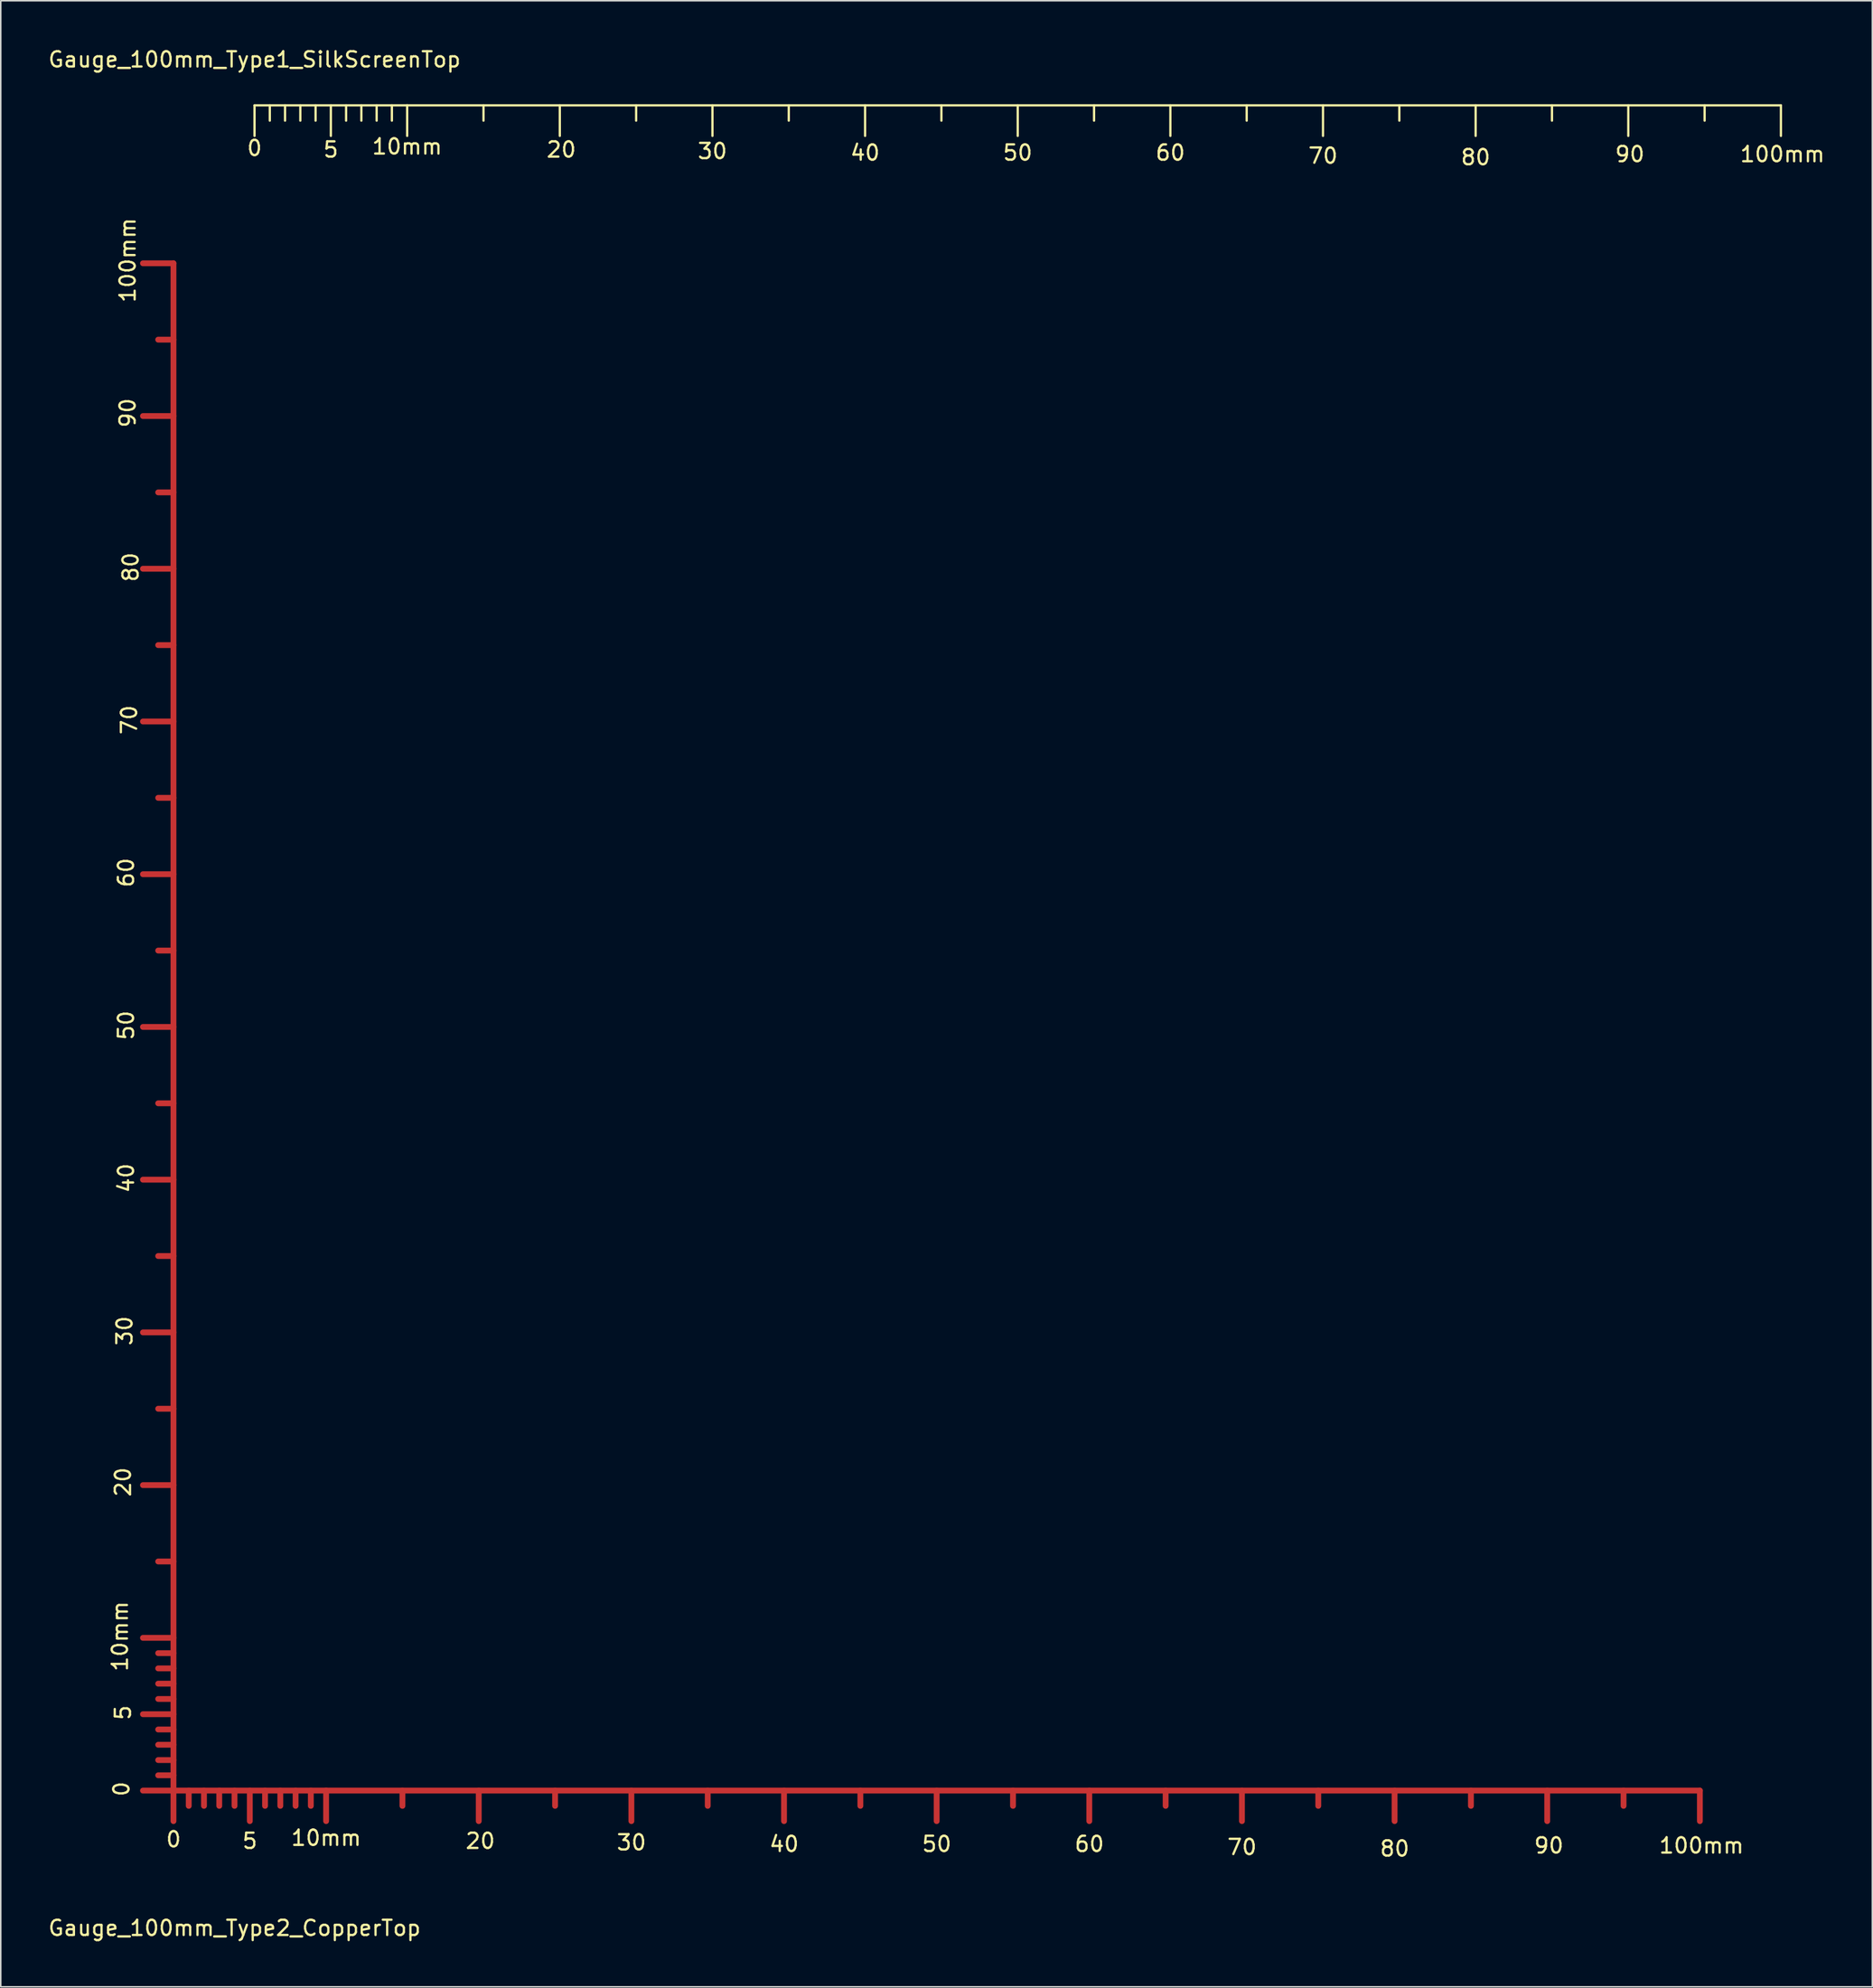
<source format=kicad_pcb>
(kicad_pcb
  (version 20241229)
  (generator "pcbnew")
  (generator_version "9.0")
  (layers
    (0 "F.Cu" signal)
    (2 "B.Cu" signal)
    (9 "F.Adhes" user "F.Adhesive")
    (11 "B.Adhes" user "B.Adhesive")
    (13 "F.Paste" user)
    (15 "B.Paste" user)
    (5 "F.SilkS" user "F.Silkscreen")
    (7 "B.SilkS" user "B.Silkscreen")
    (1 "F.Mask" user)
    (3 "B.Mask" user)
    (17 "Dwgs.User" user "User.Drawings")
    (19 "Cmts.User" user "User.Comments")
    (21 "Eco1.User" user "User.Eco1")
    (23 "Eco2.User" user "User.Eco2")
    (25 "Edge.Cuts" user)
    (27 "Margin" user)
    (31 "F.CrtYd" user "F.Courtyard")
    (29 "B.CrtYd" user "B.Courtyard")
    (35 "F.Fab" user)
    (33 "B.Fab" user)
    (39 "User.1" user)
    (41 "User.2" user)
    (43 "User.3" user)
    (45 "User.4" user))
  (footprint "Gauge_100mm_Type2_CopperTop"
    (layer "F.Cu")
    (at 8.315 114.19)
    (property "Reference" "Gauge_100mm_Type2_CopperTop" (at 4 8.999 0) (layer "F.SilkS") (effects (font (size 1 1) (thickness 0.15))))
    (attr through_hole)
    (fp_line (start 0 -100) (end -1.999 -100) (stroke (width 0.381) (type solid)) (layer "F.Cu"))
    (fp_line (start 0 -95.001) (end -1.001 -95.001) (stroke (width 0.381) (type solid)) (layer "F.Cu"))
    (fp_line (start 0 -90) (end -1.999 -90) (stroke (width 0.381) (type solid)) (layer "F.Cu"))
    (fp_line (start 0 -85.001) (end -1.001 -85.001) (stroke (width 0.381) (type solid)) (layer "F.Cu"))
    (fp_line (start 0 -80) (end -1.999 -80) (stroke (width 0.381) (type solid)) (layer "F.Cu"))
    (fp_line (start 0 -75.001) (end -1.001 -75.001) (stroke (width 0.381) (type solid)) (layer "F.Cu"))
    (fp_line (start 0 -70) (end -1.999 -70) (stroke (width 0.381) (type solid)) (layer "F.Cu"))
    (fp_line (start 0 -65.001) (end -1.001 -65.001) (stroke (width 0.381) (type solid)) (layer "F.Cu"))
    (fp_line (start 0 -60) (end -1.999 -60) (stroke (width 0.381) (type solid)) (layer "F.Cu"))
    (fp_line (start 0 -55.001) (end -1.001 -55.001) (stroke (width 0.381) (type solid)) (layer "F.Cu"))
    (fp_line (start 0 -50) (end -1.999 -50) (stroke (width 0.381) (type solid)) (layer "F.Cu"))
    (fp_line (start 0 -45.001) (end -1.001 -45.001) (stroke (width 0.381) (type solid)) (layer "F.Cu"))
    (fp_line (start 0 -40) (end -1.999 -40) (stroke (width 0.381) (type solid)) (layer "F.Cu"))
    (fp_line (start 0 -35.001) (end -1.001 -35.001) (stroke (width 0.381) (type solid)) (layer "F.Cu"))
    (fp_line (start 0 -30) (end -1.999 -30) (stroke (width 0.381) (type solid)) (layer "F.Cu"))
    (fp_line (start 0 -25.001) (end -1.001 -25.001) (stroke (width 0.381) (type solid)) (layer "F.Cu"))
    (fp_line (start 0 -20) (end -1.999 -20) (stroke (width 0.381) (type solid)) (layer "F.Cu"))
    (fp_line (start 0 -15.001) (end -1.001 -15.001) (stroke (width 0.381) (type solid)) (layer "F.Cu"))
    (fp_line (start 0 -10) (end -1.999 -10) (stroke (width 0.381) (type solid)) (layer "F.Cu"))
    (fp_line (start 0 -8.999) (end -1.001 -8.999) (stroke (width 0.381) (type solid)) (layer "F.Cu"))
    (fp_line (start 0 -8.001) (end -1.001 -8.001) (stroke (width 0.381) (type solid)) (layer "F.Cu"))
    (fp_line (start 0 -7) (end -1.001 -7) (stroke (width 0.381) (type solid)) (layer "F.Cu"))
    (fp_line (start 0 -5.999) (end -1.001 -5.999) (stroke (width 0.381) (type solid)) (layer "F.Cu"))
    (fp_line (start 0 -5.001) (end -1.999 -5.001) (stroke (width 0.381) (type solid)) (layer "F.Cu"))
    (fp_line (start 0 -4) (end -1.001 -4) (stroke (width 0.381) (type solid)) (layer "F.Cu"))
    (fp_line (start 0 -3) (end -1.001 -3) (stroke (width 0.381) (type solid)) (layer "F.Cu"))
    (fp_line (start 0 -1.999) (end -1.001 -1.999) (stroke (width 0.381) (type solid)) (layer "F.Cu"))
    (fp_line (start 0 -1.001) (end -1.001 -1.001) (stroke (width 0.381) (type solid)) (layer "F.Cu"))
    (fp_line (start 0 0) (end -1.999 0) (stroke (width 0.381) (type solid)) (layer "F.Cu"))
    (fp_line (start 0 0) (end 0 -100) (stroke (width 0.381) (type solid)) (layer "F.Cu"))
    (fp_line (start 0 0) (end 0 1.999) (stroke (width 0.381) (type solid)) (layer "F.Cu"))
    (fp_line (start 0 0) (end 10 0) (stroke (width 0.381) (type solid)) (layer "F.Cu"))
    (fp_line (start 1.001 0) (end 1.001 1.001) (stroke (width 0.381) (type solid)) (layer "F.Cu"))
    (fp_line (start 1.999 0) (end 1.999 1.001) (stroke (width 0.381) (type solid)) (layer "F.Cu"))
    (fp_line (start 3 0) (end 3 1.001) (stroke (width 0.381) (type solid)) (layer "F.Cu"))
    (fp_line (start 4 0) (end 4 1.001) (stroke (width 0.381) (type solid)) (layer "F.Cu"))
    (fp_line (start 5.001 0) (end 5.001 1.999) (stroke (width 0.381) (type solid)) (layer "F.Cu"))
    (fp_line (start 5.999 0) (end 5.999 1.001) (stroke (width 0.381) (type solid)) (layer "F.Cu"))
    (fp_line (start 7 0) (end 7 1.001) (stroke (width 0.381) (type solid)) (layer "F.Cu"))
    (fp_line (start 8.001 0) (end 8.001 1.001) (stroke (width 0.381) (type solid)) (layer "F.Cu"))
    (fp_line (start 8.999 0) (end 8.999 1.001) (stroke (width 0.381) (type solid)) (layer "F.Cu"))
    (fp_line (start 10 0) (end 10 1.999) (stroke (width 0.381) (type solid)) (layer "F.Cu"))
    (fp_line (start 10 0) (end 100 0) (stroke (width 0.381) (type solid)) (layer "F.Cu"))
    (fp_line (start 15.001 0) (end 15.001 1.001) (stroke (width 0.381) (type solid)) (layer "F.Cu"))
    (fp_line (start 20 0) (end 20 1.999) (stroke (width 0.381) (type solid)) (layer "F.Cu"))
    (fp_line (start 25.001 0) (end 25.001 1.001) (stroke (width 0.381) (type solid)) (layer "F.Cu"))
    (fp_line (start 30 0) (end 30 1.999) (stroke (width 0.381) (type solid)) (layer "F.Cu"))
    (fp_line (start 35.001 0) (end 35.001 1.001) (stroke (width 0.381) (type solid)) (layer "F.Cu"))
    (fp_line (start 40 0) (end 40 1.999) (stroke (width 0.381) (type solid)) (layer "F.Cu"))
    (fp_line (start 45.001 0) (end 45.001 1.001) (stroke (width 0.381) (type solid)) (layer "F.Cu"))
    (fp_line (start 50 0) (end 50 1.999) (stroke (width 0.381) (type solid)) (layer "F.Cu"))
    (fp_line (start 55.001 0) (end 55.001 1.001) (stroke (width 0.381) (type solid)) (layer "F.Cu"))
    (fp_line (start 60 0) (end 60 1.999) (stroke (width 0.381) (type solid)) (layer "F.Cu"))
    (fp_line (start 65.001 0) (end 65.001 1.001) (stroke (width 0.381) (type solid)) (layer "F.Cu"))
    (fp_line (start 70 0) (end 70 1.999) (stroke (width 0.381) (type solid)) (layer "F.Cu"))
    (fp_line (start 75.001 0) (end 75.001 1.001) (stroke (width 0.381) (type solid)) (layer "F.Cu"))
    (fp_line (start 80 0) (end 80 1.999) (stroke (width 0.381) (type solid)) (layer "F.Cu"))
    (fp_line (start 85.001 0) (end 85.001 1.001) (stroke (width 0.381) (type solid)) (layer "F.Cu"))
    (fp_line (start 90 0) (end 90 1.999) (stroke (width 0.381) (type solid)) (layer "F.Cu"))
    (fp_line (start 95.001 0) (end 95.001 1.001) (stroke (width 0.381) (type solid)) (layer "F.Cu"))
    (fp_line (start 100 0) (end 100 1.999) (stroke (width 0.381) (type solid)) (layer "F.Cu"))
    (fp_text user "70" (at -2.901 -70.104 90) (layer "F.SilkS") (effects (font (size 1 1) (thickness 0.15))))
    (fp_text user "100mm" (at 100.106 3.602 0) (layer "F.SilkS") (effects (font (size 1 1) (thickness 0.15))))
    (fp_text user "90" (at 90.106 3.602 0) (layer "F.SilkS") (effects (font (size 1 1) (thickness 0.15))))
    (fp_text user "30" (at -3.203 -30.104 90) (layer "F.SilkS") (effects (font (size 1 1) (thickness 0.15))))
    (fp_text user "100mm" (at -3 -100.206 90) (layer "F.SilkS") (effects (font (size 1 1) (thickness 0.15))))
    (fp_text user "60" (at 60.005 3.5 0) (layer "F.SilkS") (effects (font (size 1 1) (thickness 0.15))))
    (fp_text user "80" (at -2.802 -80.104 90) (layer "F.SilkS") (effects (font (size 1 1) (thickness 0.15))))
    (fp_text user "60" (at -3.101 -60.104 90) (layer "F.SilkS") (effects (font (size 1 1) (thickness 0.15))))
    (fp_text user "50" (at 50.005 3.5 0) (layer "F.SilkS") (effects (font (size 1 1) (thickness 0.15))))
    (fp_text user "0" (at 0.005 3.198 0) (layer "F.SilkS") (effects (font (size 1 1) (thickness 0.15))))
    (fp_text user "30" (at 30.005 3.399 0) (layer "F.SilkS") (effects (font (size 1 1) (thickness 0.15))))
    (fp_text user "20" (at -3.302 -20.203 90) (layer "F.SilkS") (effects (font (size 1 1) (thickness 0.15))))
    (fp_text user "10mm" (at -3.503 -10.104 90) (layer "F.SilkS") (effects (font (size 1 1) (thickness 0.15))))
    (fp_text user "70" (at 70.005 3.701 0) (layer "F.SilkS") (effects (font (size 1 1) (thickness 0.15))))
    (fp_text user "0" (at -3.404 -0.104 90) (layer "F.SilkS") (effects (font (size 1 1) (thickness 0.15))))
    (fp_text user "40" (at 40.005 3.5 0) (layer "F.SilkS") (effects (font (size 1 1) (thickness 0.15))))
    (fp_text user "5" (at -3.302 -5.103 90) (layer "F.SilkS") (effects (font (size 1 1) (thickness 0.15))))
    (fp_text user "40" (at -3.101 -40.104 90) (layer "F.SilkS") (effects (font (size 1 1) (thickness 0.15))))
    (fp_text user "80" (at 80.005 3.8 0) (layer "F.SilkS") (effects (font (size 1 1) (thickness 0.15))))
    (fp_text user "50" (at -3.101 -50.104 90) (layer "F.SilkS") (effects (font (size 1 1) (thickness 0.15))))
    (fp_text user "90" (at -3 -90.206 90) (layer "F.SilkS") (effects (font (size 1 1) (thickness 0.15))))
    (fp_text user "10mm" (at 10.005 3.099 0) (layer "F.SilkS") (effects (font (size 1 1) (thickness 0.15))))
    (fp_text user "20" (at 20.104 3.299 0) (layer "F.SilkS") (effects (font (size 1 1) (thickness 0.15))))
    (fp_text user "5" (at 5.004 3.299 0) (layer "F.SilkS") (effects (font (size 1 1) (thickness 0.15)))))
  (footprint "Gauge_100mm_Type1_SilkScreenTop"
    (layer "F.Cu")
    (at 13.625 3.848)
    (property "Reference" "Gauge_100mm_Type1_SilkScreenTop" (at 0 -3 0) (layer "F.SilkS") (effects (font (size 1 1) (thickness 0.15))))
    (attr through_hole)
    (fp_line (start 0 0) (end 0 1.999) (stroke (width 0.15) (type solid)) (layer "F.SilkS"))
    (fp_line (start 0 0) (end 10 0) (stroke (width 0.15) (type solid)) (layer "F.SilkS"))
    (fp_line (start 1.001 0) (end 1.001 1.001) (stroke (width 0.15) (type solid)) (layer "F.SilkS"))
    (fp_line (start 1.999 0) (end 1.999 1.001) (stroke (width 0.15) (type solid)) (layer "F.SilkS"))
    (fp_line (start 3 0) (end 3 1.001) (stroke (width 0.15) (type solid)) (layer "F.SilkS"))
    (fp_line (start 4 0) (end 4 1.001) (stroke (width 0.15) (type solid)) (layer "F.SilkS"))
    (fp_line (start 5.001 0) (end 5.001 1.999) (stroke (width 0.15) (type solid)) (layer "F.SilkS"))
    (fp_line (start 5.999 0) (end 5.999 1.001) (stroke (width 0.15) (type solid)) (layer "F.SilkS"))
    (fp_line (start 7 0) (end 7 1.001) (stroke (width 0.15) (type solid)) (layer "F.SilkS"))
    (fp_line (start 8.001 0) (end 8.001 1.001) (stroke (width 0.15) (type solid)) (layer "F.SilkS"))
    (fp_line (start 8.999 0) (end 8.999 1.001) (stroke (width 0.15) (type solid)) (layer "F.SilkS"))
    (fp_line (start 10 0) (end 10 1.999) (stroke (width 0.15) (type solid)) (layer "F.SilkS"))
    (fp_line (start 10 0) (end 100 0) (stroke (width 0.15) (type solid)) (layer "F.SilkS"))
    (fp_line (start 15.001 0) (end 15.001 1.001) (stroke (width 0.15) (type solid)) (layer "F.SilkS"))
    (fp_line (start 20 0) (end 20 1.999) (stroke (width 0.15) (type solid)) (layer "F.SilkS"))
    (fp_line (start 25.001 0) (end 25.001 1.001) (stroke (width 0.15) (type solid)) (layer "F.SilkS"))
    (fp_line (start 30 0) (end 30 1.999) (stroke (width 0.15) (type solid)) (layer "F.SilkS"))
    (fp_line (start 35.001 0) (end 35.001 1.001) (stroke (width 0.15) (type solid)) (layer "F.SilkS"))
    (fp_line (start 40 0) (end 40 1.999) (stroke (width 0.15) (type solid)) (layer "F.SilkS"))
    (fp_line (start 45.001 0) (end 45.001 1.001) (stroke (width 0.15) (type solid)) (layer "F.SilkS"))
    (fp_line (start 50 0) (end 50 1.999) (stroke (width 0.15) (type solid)) (layer "F.SilkS"))
    (fp_line (start 55.001 0) (end 55.001 1.001) (stroke (width 0.15) (type solid)) (layer "F.SilkS"))
    (fp_line (start 60 0) (end 60 1.999) (stroke (width 0.15) (type solid)) (layer "F.SilkS"))
    (fp_line (start 65.001 0) (end 65.001 1.001) (stroke (width 0.15) (type solid)) (layer "F.SilkS"))
    (fp_line (start 70 0) (end 70 1.999) (stroke (width 0.15) (type solid)) (layer "F.SilkS"))
    (fp_line (start 75.001 0) (end 75.001 1.001) (stroke (width 0.15) (type solid)) (layer "F.SilkS"))
    (fp_line (start 80 0) (end 80 1.999) (stroke (width 0.15) (type solid)) (layer "F.SilkS"))
    (fp_line (start 85.001 0) (end 85.001 1.001) (stroke (width 0.15) (type solid)) (layer "F.SilkS"))
    (fp_line (start 90 0) (end 90 1.999) (stroke (width 0.15) (type solid)) (layer "F.SilkS"))
    (fp_line (start 95.001 0) (end 95.001 1.001) (stroke (width 0.15) (type solid)) (layer "F.SilkS"))
    (fp_line (start 100 0) (end 100 1.999) (stroke (width 0.15) (type solid)) (layer "F.SilkS"))
    (fp_text user "60" (at 60 3.101 0) (layer "F.SilkS") (effects (font (size 1 1) (thickness 0.15))))
    (fp_text user "30" (at 30 3 0) (layer "F.SilkS") (effects (font (size 1 1) (thickness 0.15))))
    (fp_text user "80" (at 80 3.401 0) (layer "F.SilkS") (effects (font (size 1 1) (thickness 0.15))))
    (fp_text user "50" (at 50 3.101 0) (layer "F.SilkS") (effects (font (size 1 1) (thickness 0.15))))
    (fp_text user "100mm" (at 100.101 3.203 0) (layer "F.SilkS") (effects (font (size 1 1) (thickness 0.15))))
    (fp_text user "90" (at 90.101 3.203 0) (layer "F.SilkS") (effects (font (size 1 1) (thickness 0.15))))
    (fp_text user "20" (at 20.099 2.901 0) (layer "F.SilkS") (effects (font (size 1 1) (thickness 0.15))))
    (fp_text user "70" (at 70 3.302 0) (layer "F.SilkS") (effects (font (size 1 1) (thickness 0.15))))
    (fp_text user "5" (at 4.999 2.901 0) (layer "F.SilkS") (effects (font (size 1 1) (thickness 0.15))))
    (fp_text user "0" (at 0 2.799 0) (layer "F.SilkS") (effects (font (size 1 1) (thickness 0.15))))
    (fp_text user "10mm" (at 10 2.7 0) (layer "F.SilkS") (effects (font (size 1 1) (thickness 0.15))))
    (fp_text user "40" (at 40 3.101 0) (layer "F.SilkS") (effects (font (size 1 1) (thickness 0.15)))))
  (gr_rect
    (start -3 -3)
    (end 119.613 127.037)
    (stroke (width 0.1) (type default))
    (fill no)
    (layer "Edge.Cuts")))
</source>
